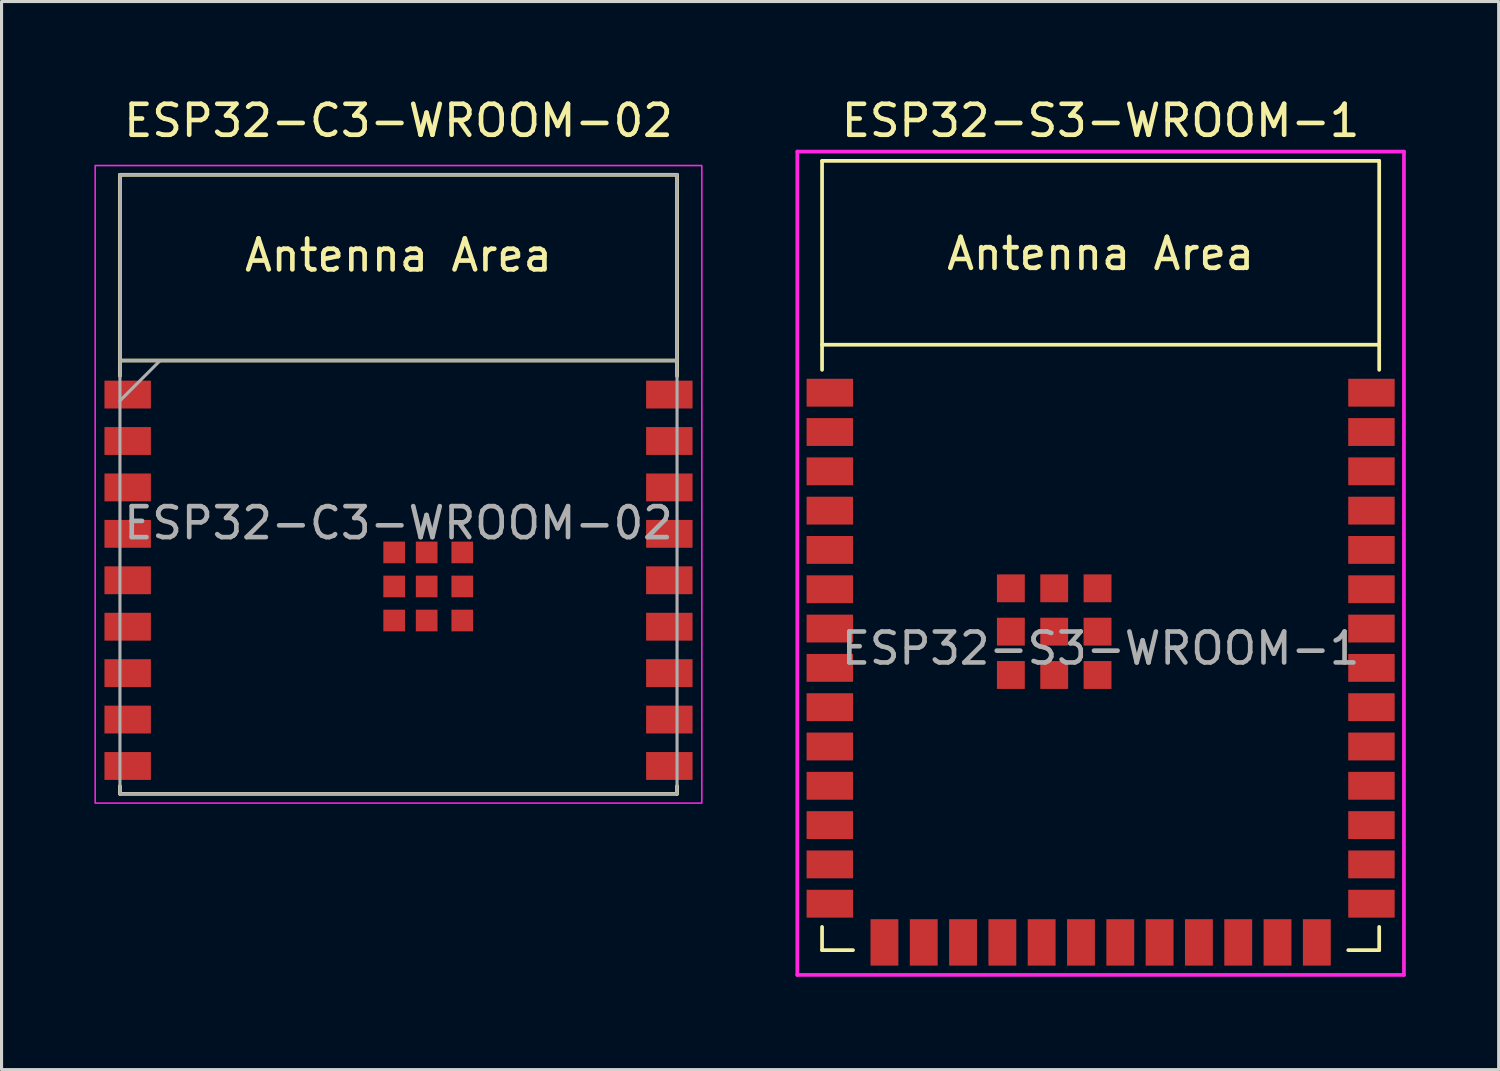
<source format=kicad_pcb>
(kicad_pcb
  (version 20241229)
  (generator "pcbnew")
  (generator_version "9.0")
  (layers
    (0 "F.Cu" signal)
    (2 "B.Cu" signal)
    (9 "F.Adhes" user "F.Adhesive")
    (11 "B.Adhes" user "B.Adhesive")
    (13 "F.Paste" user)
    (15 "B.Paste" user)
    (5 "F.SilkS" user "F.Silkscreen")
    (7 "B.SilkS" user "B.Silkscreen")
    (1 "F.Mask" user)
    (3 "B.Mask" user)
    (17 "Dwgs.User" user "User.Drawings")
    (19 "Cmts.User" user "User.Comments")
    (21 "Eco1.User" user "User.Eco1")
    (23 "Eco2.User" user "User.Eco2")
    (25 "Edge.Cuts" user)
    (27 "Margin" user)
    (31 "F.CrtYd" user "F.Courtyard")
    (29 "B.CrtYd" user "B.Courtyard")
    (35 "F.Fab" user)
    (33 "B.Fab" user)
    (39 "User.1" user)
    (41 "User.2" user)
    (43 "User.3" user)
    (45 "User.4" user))
  (footprint "ESP32-S3-WROOM-1"
    (layer "F.Cu")
    (at 32.51 17.898)
    (property "Reference" "ESP32-S3-WROOM-1" (at 0 -17.05 0) (layer "F.SilkS") (effects (font (size 1 1) (thickness 0.15))))
    (attr smd)
    (fp_line (start -9 -15.75) (end -9 -9) (stroke (width 0.12) (type solid)) (layer "F.SilkS"))
    (fp_line (start -9 -15.75) (end 9 -15.75) (stroke (width 0.12) (type solid)) (layer "F.SilkS"))
    (fp_line (start -9 9) (end -9 9.75) (stroke (width 0.12) (type solid)) (layer "F.SilkS"))
    (fp_line (start -9 9.75) (end -8 9.75) (stroke (width 0.12) (type solid)) (layer "F.SilkS"))
    (fp_line (start 9 -15.75) (end 9 -9) (stroke (width 0.12) (type solid)) (layer "F.SilkS"))
    (fp_line (start 9 -9.81) (end -9 -9.81) (stroke (width 0.12) (type solid)) (layer "F.SilkS"))
    (fp_line (start 9 9) (end 9 9.75) (stroke (width 0.12) (type solid)) (layer "F.SilkS"))
    (fp_line (start 9 9.75) (end 8 9.75) (stroke (width 0.12) (type solid)) (layer "F.SilkS"))
    (fp_line (start -9 -15.75) (end 9 -15.75) (stroke (width 0.12) (type solid)) (layer "Eco2.User"))
    (fp_line (start -9 -9.81) (end 9 -9.81) (stroke (width 0.12) (type solid)) (layer "Eco2.User"))
    (fp_line (start -9 9.75) (end -9 -15.75) (stroke (width 0.12) (type solid)) (layer "Eco2.User"))
    (fp_line (start 9 -15.75) (end 9 9.75) (stroke (width 0.12) (type solid)) (layer "Eco2.User"))
    (fp_line (start 9 9.75) (end -9 9.75) (stroke (width 0.12) (type solid)) (layer "Eco2.User"))
    (fp_line (start -9.8 -16.05) (end -9.8 10.55) (stroke (width 0.12) (type solid)) (layer "F.CrtYd"))
    (fp_line (start -9.8 10.55) (end 9.8 10.55) (stroke (width 0.12) (type solid)) (layer "F.CrtYd"))
    (fp_line (start 9.8 -16.05) (end -9.8 -16.05) (stroke (width 0.12) (type solid)) (layer "F.CrtYd"))
    (fp_line (start 9.8 -16.05) (end 9.8 10.55) (stroke (width 0.12) (type solid)) (layer "F.CrtYd"))
    (fp_text user "Antenna Area" (at 0 -12.75 0) (layer "F.SilkS") (effects (font (size 1 1) (thickness 0.15))))
    (fp_text user "Antenna Area" (at 0 -12.75 0) (layer "Eco2.User") (effects (font (size 1 1) (thickness 0.15))))
    (fp_text user "${REFERENCE}" (at 0 0 0) (layer "F.Fab") (effects (font (size 1 1) (thickness 0.15))))
    (pad "1" smd rect (at -8.75 -8.26) (size 1.5 0.9) (layers "F.Cu" "F.Mask" "F.Paste"))
    (pad "2" smd rect (at -8.75 -6.99) (size 1.5 0.9) (layers "F.Cu" "F.Mask" "F.Paste"))
    (pad "3" smd rect (at -8.75 -5.72) (size 1.5 0.9) (layers "F.Cu" "F.Mask" "F.Paste"))
    (pad "4" smd rect (at -8.75 -4.45) (size 1.5 0.9) (layers "F.Cu" "F.Mask" "F.Paste"))
    (pad "5" smd rect (at -8.75 -3.18) (size 1.5 0.9) (layers "F.Cu" "F.Mask" "F.Paste"))
    (pad "6" smd rect (at -8.75 -1.91) (size 1.5 0.9) (layers "F.Cu" "F.Mask" "F.Paste"))
    (pad "7" smd rect (at -8.75 -0.64) (size 1.5 0.9) (layers "F.Cu" "F.Mask" "F.Paste"))
    (pad "8" smd rect (at -8.75 0.63) (size 1.5 0.9) (layers "F.Cu" "F.Mask" "F.Paste"))
    (pad "9" smd rect (at -8.75 1.9) (size 1.5 0.9) (layers "F.Cu" "F.Mask" "F.Paste"))
    (pad "10" smd rect (at -8.75 3.17) (size 1.5 0.9) (layers "F.Cu" "F.Mask" "F.Paste"))
    (pad "11" smd rect (at -8.75 4.44) (size 1.5 0.9) (layers "F.Cu" "F.Mask" "F.Paste"))
    (pad "12" smd rect (at -8.75 5.71) (size 1.5 0.9) (layers "F.Cu" "F.Mask" "F.Paste"))
    (pad "13" smd rect (at -8.75 6.98) (size 1.5 0.9) (layers "F.Cu" "F.Mask" "F.Paste"))
    (pad "14" smd rect (at -8.75 8.25) (size 1.5 0.9) (layers "F.Cu" "F.Mask" "F.Paste"))
    (pad "15" smd rect (at -6.985 9.5 90) (size 1.5 0.9) (layers "F.Cu" "F.Mask" "F.Paste"))
    (pad "16" smd rect (at -5.715 9.5 90) (size 1.5 0.9) (layers "F.Cu" "F.Mask" "F.Paste"))
    (pad "17" smd rect (at -4.445 9.5 90) (size 1.5 0.9) (layers "F.Cu" "F.Mask" "F.Paste"))
    (pad "18" smd rect (at -3.175 9.5 90) (size 1.5 0.9) (layers "F.Cu" "F.Mask" "F.Paste"))
    (pad "19" smd rect (at -1.905 9.5 90) (size 1.5 0.9) (layers "F.Cu" "F.Mask" "F.Paste"))
    (pad "20" smd rect (at -0.635 9.5 90) (size 1.5 0.9) (layers "F.Cu" "F.Mask" "F.Paste"))
    (pad "21" smd rect (at 0.635 9.5 90) (size 1.5 0.9) (layers "F.Cu" "F.Mask" "F.Paste"))
    (pad "22" smd rect (at 1.905 9.5 90) (size 1.5 0.9) (layers "F.Cu" "F.Mask" "F.Paste"))
    (pad "23" smd rect (at 3.175 9.5 90) (size 1.5 0.9) (layers "F.Cu" "F.Mask" "F.Paste"))
    (pad "24" smd rect (at 4.445 9.5 90) (size 1.5 0.9) (layers "F.Cu" "F.Mask" "F.Paste"))
    (pad "25" smd rect (at 5.715 9.5 90) (size 1.5 0.9) (layers "F.Cu" "F.Mask" "F.Paste"))
    (pad "26" smd rect (at 6.985 9.5 90) (size 1.5 0.9) (layers "F.Cu" "F.Mask" "F.Paste"))
    (pad "27" smd rect (at 8.75 8.25 180) (size 1.5 0.9) (layers "F.Cu" "F.Mask" "F.Paste"))
    (pad "28" smd rect (at 8.75 6.98 180) (size 1.5 0.9) (layers "F.Cu" "F.Mask" "F.Paste"))
    (pad "29" smd rect (at 8.75 5.71 180) (size 1.5 0.9) (layers "F.Cu" "F.Mask" "F.Paste"))
    (pad "30" smd rect (at 8.75 4.44 180) (size 1.5 0.9) (layers "F.Cu" "F.Mask" "F.Paste"))
    (pad "31" smd rect (at 8.75 3.17 180) (size 1.5 0.9) (layers "F.Cu" "F.Mask" "F.Paste"))
    (pad "32" smd rect (at 8.75 1.9 180) (size 1.5 0.9) (layers "F.Cu" "F.Mask" "F.Paste"))
    (pad "33" smd rect (at 8.75 0.63 180) (size 1.5 0.9) (layers "F.Cu" "F.Mask" "F.Paste"))
    (pad "34" smd rect (at 8.75 -0.64 180) (size 1.5 0.9) (layers "F.Cu" "F.Mask" "F.Paste"))
    (pad "35" smd rect (at 8.75 -1.91 180) (size 1.5 0.9) (layers "F.Cu" "F.Mask" "F.Paste"))
    (pad "36" smd rect (at 8.75 -3.18 180) (size 1.5 0.9) (layers "F.Cu" "F.Mask" "F.Paste"))
    (pad "37" smd rect (at 8.75 -4.45 180) (size 1.5 0.9) (layers "F.Cu" "F.Mask" "F.Paste"))
    (pad "38" smd rect (at 8.75 -5.72 180) (size 1.5 0.9) (layers "F.Cu" "F.Mask" "F.Paste"))
    (pad "39" smd rect (at 8.75 -6.99 180) (size 1.5 0.9) (layers "F.Cu" "F.Mask" "F.Paste"))
    (pad "40" smd rect (at 8.75 -8.26 180) (size 1.5 0.9) (layers "F.Cu" "F.Mask" "F.Paste"))
    (pad "41" smd rect (at -2.9 -1.94 180) (size 0.9 0.9) (layers "F.Cu" "F.Mask" "F.Paste"))
    (pad "41" smd rect (at -2.9 -0.54 180) (size 0.9 0.9) (layers "F.Cu" "F.Mask" "F.Paste"))
    (pad "41" smd rect (at -2.9 0.86 180) (size 0.9 0.9) (layers "F.Cu" "F.Mask" "F.Paste"))
    (pad "41" smd rect (at -1.5 -1.94 180) (size 0.9 0.9) (layers "F.Cu" "F.Mask" "F.Paste"))
    (pad "41" smd rect (at -1.5 -0.54 180) (size 0.9 0.9) (layers "F.Cu" "F.Mask" "F.Paste"))
    (pad "41" smd rect (at -1.5 0.86 180) (size 0.9 0.9) (layers "F.Cu" "F.Mask" "F.Paste"))
    (pad "41" smd rect (at -0.1 -1.94 180) (size 0.9 0.9) (layers "F.Cu" "F.Mask" "F.Paste"))
    (pad "41" smd rect (at -0.1 -0.54 180) (size 0.9 0.9) (layers "F.Cu" "F.Mask" "F.Paste"))
    (pad "41" smd rect (at -0.1 0.86 180) (size 0.9 0.9) (layers "F.Cu" "F.Mask" "F.Paste")))
  (footprint "ESP32-C3-WROOM-02"
    (layer "F.Cu")
    (at 9.825 15.598)
    (property "Reference" "ESP32-C3-WROOM-02" (at 0 -14.75 0) (layer "F.SilkS") (effects (font (size 1 1) (thickness 0.15))))
    (attr smd)
    (fp_line (start -9 -13) (end -9 -6.5) (stroke (width 0.12) (type solid)) (layer "F.SilkS"))
    (fp_line (start -9 -13) (end 9 -13) (stroke (width 0.12) (type solid)) (layer "F.SilkS"))
    (fp_line (start -9 7) (end -9 6.75) (stroke (width 0.12) (type solid)) (layer "F.SilkS"))
    (fp_line (start 9 -13) (end 9 -6.5) (stroke (width 0.12) (type solid)) (layer "F.SilkS"))
    (fp_line (start 9 -7) (end -8.95 -7) (stroke (width 0.12) (type solid)) (layer "F.SilkS"))
    (fp_line (start 9 6.75) (end 9 7) (stroke (width 0.12) (type solid)) (layer "F.SilkS"))
    (fp_line (start 9 7) (end -9 7) (stroke (width 0.12) (type solid)) (layer "F.SilkS"))
    (fp_poly (pts (xy 9.8 7.3) (xy -9.8 7.3) (xy -9.8 -13.3) (xy 9.8 -13.3)) (stroke (width 0.05) (type solid)) (fill no) (layer "F.CrtYd"))
    (fp_line (start -9 -13) (end 9 -13) (stroke (width 0.1) (type solid)) (layer "F.Fab"))
    (fp_line (start -9 -7) (end 9 -7) (stroke (width 0.1) (type solid)) (layer "F.Fab"))
    (fp_line (start -9 7) (end -9 -13) (stroke (width 0.1) (type solid)) (layer "F.Fab"))
    (fp_line (start -7.7 -7) (end -9 -5.7) (stroke (width 0.1) (type solid)) (layer "F.Fab"))
    (fp_line (start 9 -13) (end 9 7) (stroke (width 0.1) (type solid)) (layer "F.Fab"))
    (fp_line (start 9 7) (end -9 7) (stroke (width 0.1) (type solid)) (layer "F.Fab"))
    (fp_text user "Antenna Area" (at 0 -10.4 0) (layer "F.SilkS") (effects (font (size 1 1) (thickness 0.15))))
    (fp_text user "${REFERENCE}" (at 0 -1.75 0) (layer "F.Fab") (effects (font (size 1 1) (thickness 0.15))))
    (pad "1" smd rect (at -8.75 -5.9) (size 1.5 0.9) (layers "F.Cu" "F.Mask" "F.Paste"))
    (pad "2" smd rect (at -8.75 -4.4) (size 1.5 0.9) (layers "F.Cu" "F.Mask" "F.Paste"))
    (pad "3" smd rect (at -8.75 -2.9) (size 1.5 0.9) (layers "F.Cu" "F.Mask" "F.Paste"))
    (pad "4" smd rect (at -8.75 -1.4) (size 1.5 0.9) (layers "F.Cu" "F.Mask" "F.Paste"))
    (pad "5" smd rect (at -8.75 0.1) (size 1.5 0.9) (layers "F.Cu" "F.Mask" "F.Paste"))
    (pad "6" smd rect (at -8.75 1.6) (size 1.5 0.9) (layers "F.Cu" "F.Mask" "F.Paste"))
    (pad "7" smd rect (at -8.75 3.1) (size 1.5 0.9) (layers "F.Cu" "F.Mask" "F.Paste"))
    (pad "8" smd rect (at -8.75 4.6) (size 1.5 0.9) (layers "F.Cu" "F.Mask" "F.Paste"))
    (pad "9" smd rect (at -8.75 6.1) (size 1.5 0.9) (layers "F.Cu" "F.Mask" "F.Paste"))
    (pad "10" smd rect (at 8.75 6.1 180) (size 1.5 0.9) (layers "F.Cu" "F.Mask" "F.Paste"))
    (pad "11" smd rect (at 8.75 4.6 180) (size 1.5 0.9) (layers "F.Cu" "F.Mask" "F.Paste"))
    (pad "12" smd rect (at 8.75 3.1 180) (size 1.5 0.9) (layers "F.Cu" "F.Mask" "F.Paste"))
    (pad "13" smd rect (at 8.75 1.6 180) (size 1.5 0.9) (layers "F.Cu" "F.Mask" "F.Paste"))
    (pad "14" smd rect (at 8.75 0.1 180) (size 1.5 0.9) (layers "F.Cu" "F.Mask" "F.Paste"))
    (pad "15" smd rect (at 8.75 -1.4 180) (size 1.5 0.9) (layers "F.Cu" "F.Mask" "F.Paste"))
    (pad "16" smd rect (at 8.75 -2.9 180) (size 1.5 0.9) (layers "F.Cu" "F.Mask" "F.Paste"))
    (pad "17" smd rect (at 8.75 -4.4 180) (size 1.5 0.9) (layers "F.Cu" "F.Mask" "F.Paste"))
    (pad "18" smd rect (at 8.75 -5.9 180) (size 1.5 0.9) (layers "F.Cu" "F.Mask" "F.Paste"))
    (pad "19" smd rect (at -0.14 -0.8 180) (size 0.7 0.7) (layers "F.Cu" "F.Mask" "F.Paste"))
    (pad "19" smd rect (at -0.14 0.3 180) (size 0.7 0.7) (layers "F.Cu" "F.Mask" "F.Paste"))
    (pad "19" smd rect (at -0.14 1.4 180) (size 0.7 0.7) (layers "F.Cu" "F.Mask" "F.Paste"))
    (pad "19" smd rect (at 0.91 -0.8 180) (size 0.7 0.7) (layers "F.Cu" "F.Mask" "F.Paste"))
    (pad "19" smd rect (at 0.91 0.3 180) (size 0.7 0.7) (layers "F.Cu" "F.Mask" "F.Paste"))
    (pad "19" smd rect (at 0.91 1.4 180) (size 0.7 0.7) (layers "F.Cu" "F.Mask" "F.Paste"))
    (pad "19" smd rect (at 2.06 -0.8 180) (size 0.7 0.7) (layers "F.Cu" "F.Mask" "F.Paste"))
    (pad "19" smd rect (at 2.06 0.3 180) (size 0.7 0.7) (layers "F.Cu" "F.Mask" "F.Paste"))
    (pad "19" smd rect (at 2.06 1.4 180) (size 0.7 0.7) (layers "F.Cu" "F.Mask" "F.Paste")))
  (gr_rect
    (start -3 -3)
    (end 45.37 31.508)
    (stroke (width 0.1) (type default))
    (fill no)
    (layer "Edge.Cuts")))
</source>
